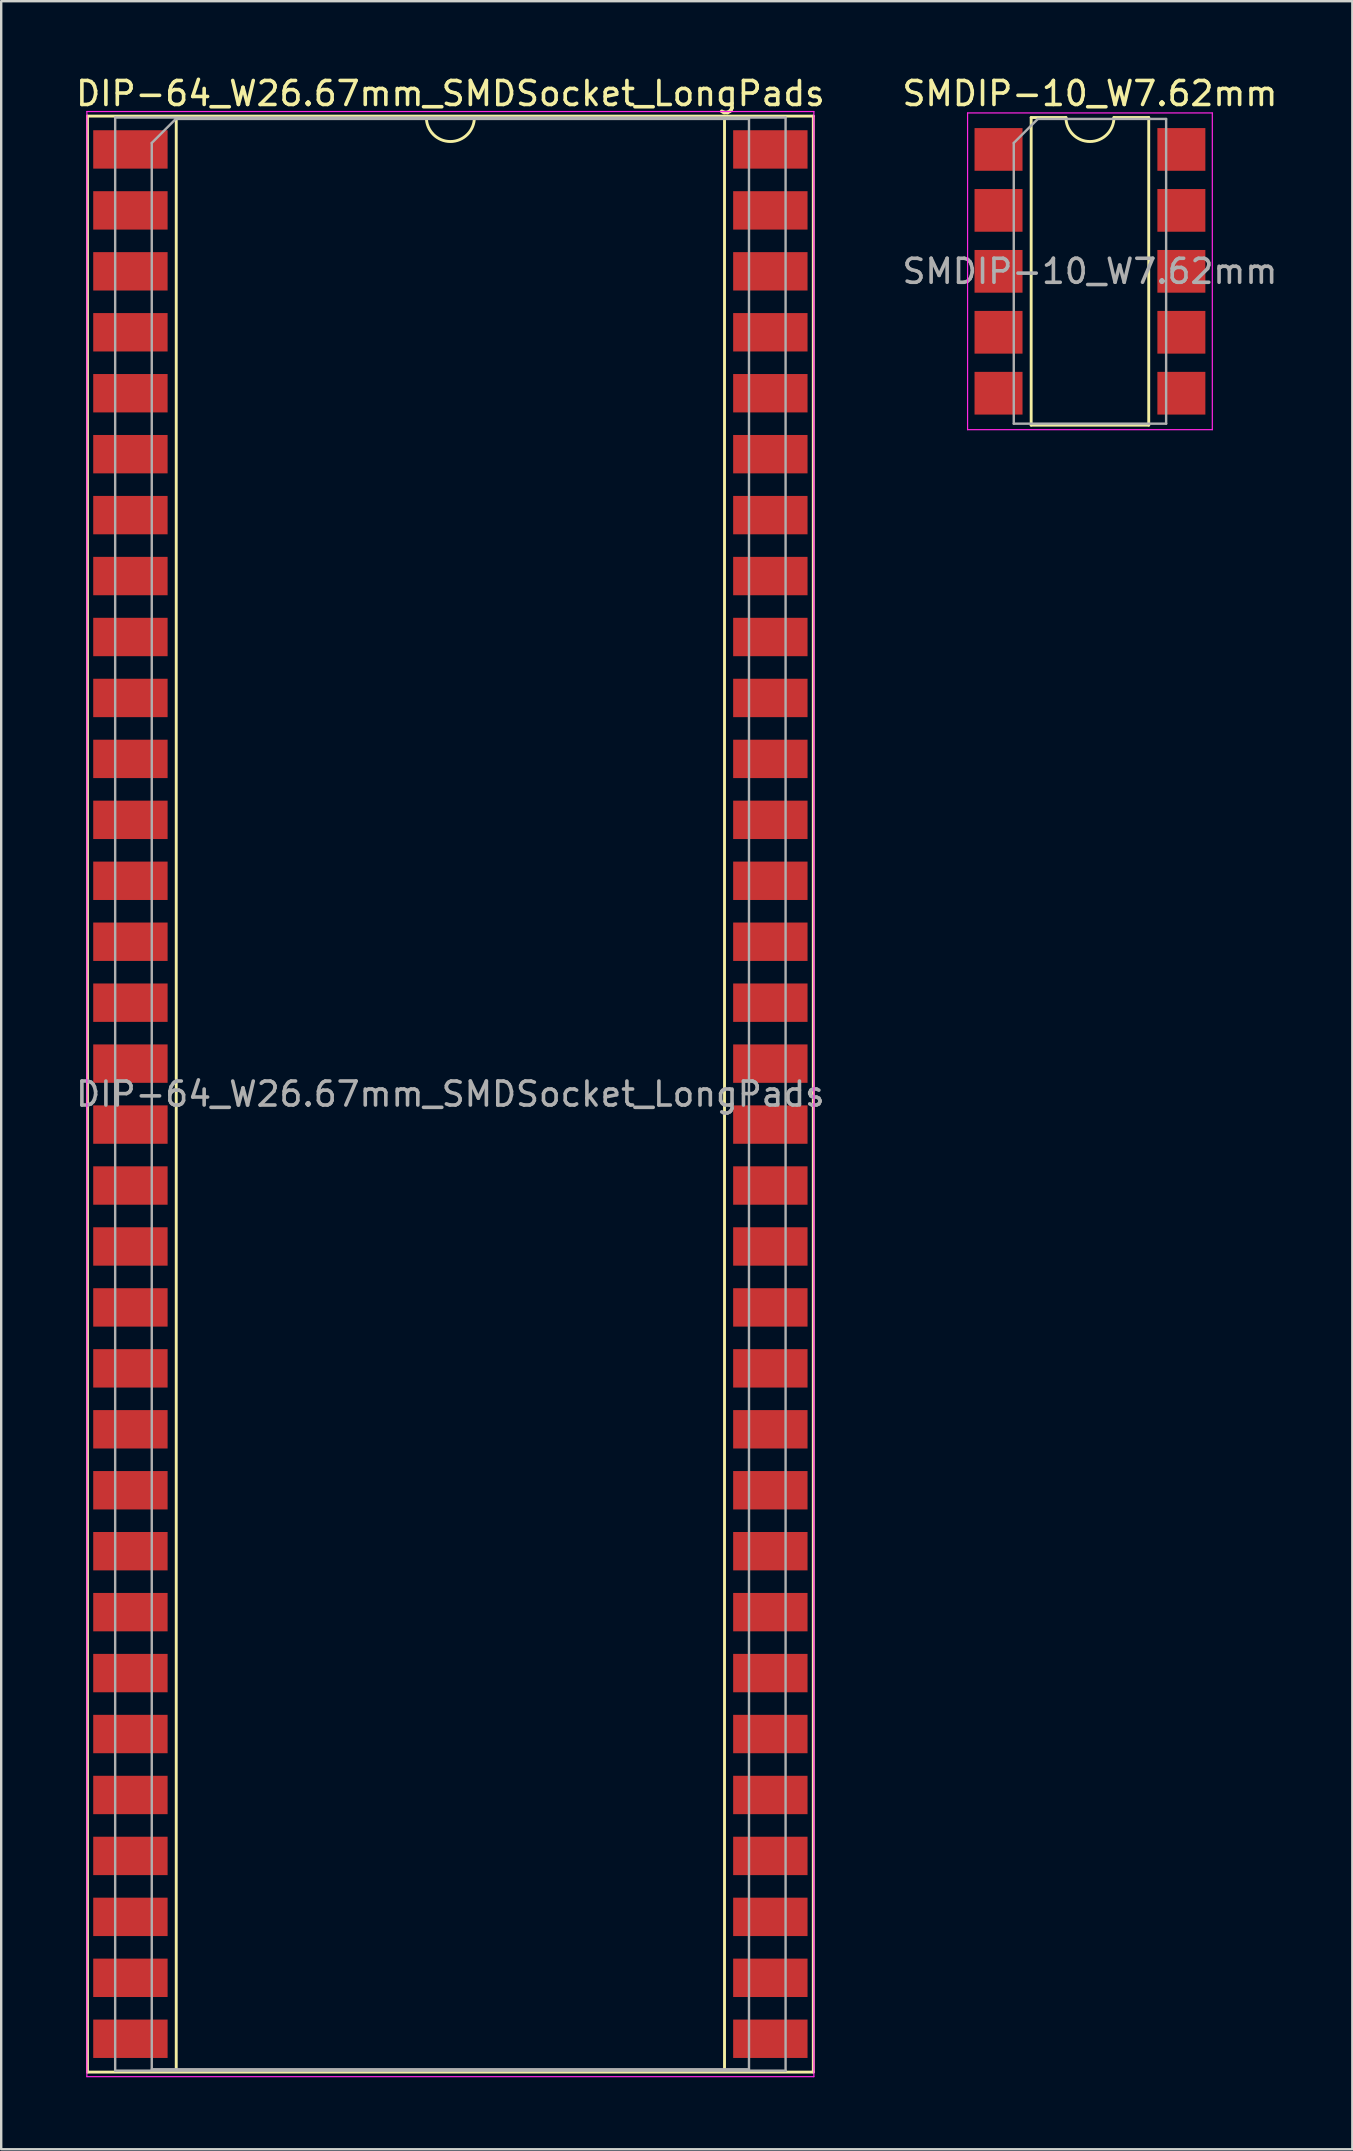
<source format=kicad_pcb>
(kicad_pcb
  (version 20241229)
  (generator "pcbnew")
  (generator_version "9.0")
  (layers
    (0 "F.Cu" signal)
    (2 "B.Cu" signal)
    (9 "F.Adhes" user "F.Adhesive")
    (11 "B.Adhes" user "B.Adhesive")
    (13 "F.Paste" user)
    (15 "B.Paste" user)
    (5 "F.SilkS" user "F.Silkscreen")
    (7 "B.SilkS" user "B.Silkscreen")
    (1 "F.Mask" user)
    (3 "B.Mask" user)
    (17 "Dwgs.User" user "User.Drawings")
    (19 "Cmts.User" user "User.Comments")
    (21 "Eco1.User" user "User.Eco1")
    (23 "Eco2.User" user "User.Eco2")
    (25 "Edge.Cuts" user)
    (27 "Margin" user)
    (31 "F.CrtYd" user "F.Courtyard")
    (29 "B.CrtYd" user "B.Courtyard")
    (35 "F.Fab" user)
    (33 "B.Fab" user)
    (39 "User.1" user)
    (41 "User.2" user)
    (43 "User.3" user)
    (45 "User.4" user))
  (footprint "SMDIP-10_W7.62mm"
    (layer "F.Cu")
    (at 42.375 8.258)
    (property "Reference" "SMDIP-10_W7.62mm" (at 0 -7.41 0) (layer "F.SilkS") (effects (font (size 1 1) (thickness 0.15))))
    (attr smd)
    (fp_line (start -2.45 -6.41) (end -2.45 6.41) (stroke (width 0.12) (type solid)) (layer "F.SilkS"))
    (fp_line (start -2.45 6.41) (end 2.45 6.41) (stroke (width 0.12) (type solid)) (layer "F.SilkS"))
    (fp_line (start -1 -6.41) (end -2.45 -6.41) (stroke (width 0.12) (type solid)) (layer "F.SilkS"))
    (fp_line (start 2.45 -6.41) (end 1 -6.41) (stroke (width 0.12) (type solid)) (layer "F.SilkS"))
    (fp_line (start 2.45 6.41) (end 2.45 -6.41) (stroke (width 0.12) (type solid)) (layer "F.SilkS"))
    (fp_arc (start 1 -6.41) (mid 0 -5.41) (end -1 -6.41) (stroke (width 0.12) (type solid)) (layer "F.SilkS"))
    (fp_line (start -5.1 -6.6) (end -5.1 6.6) (stroke (width 0.05) (type solid)) (layer "F.CrtYd"))
    (fp_line (start -5.1 6.6) (end 5.1 6.6) (stroke (width 0.05) (type solid)) (layer "F.CrtYd"))
    (fp_line (start 5.1 -6.6) (end -5.1 -6.6) (stroke (width 0.05) (type solid)) (layer "F.CrtYd"))
    (fp_line (start 5.1 6.6) (end 5.1 -6.6) (stroke (width 0.05) (type solid)) (layer "F.CrtYd"))
    (fp_line (start -3.175 -5.35) (end -2.175 -6.35) (stroke (width 0.1) (type solid)) (layer "F.Fab"))
    (fp_line (start -3.175 6.35) (end -3.175 -5.35) (stroke (width 0.1) (type solid)) (layer "F.Fab"))
    (fp_line (start -2.175 -6.35) (end 3.175 -6.35) (stroke (width 0.1) (type solid)) (layer "F.Fab"))
    (fp_line (start 3.175 -6.35) (end 3.175 6.35) (stroke (width 0.1) (type solid)) (layer "F.Fab"))
    (fp_line (start 3.175 6.35) (end -3.175 6.35) (stroke (width 0.1) (type solid)) (layer "F.Fab"))
    (fp_text user "${REFERENCE}" (at 0 0 0) (layer "F.Fab") (effects (font (size 1 1) (thickness 0.15))))
    (pad "1" smd rect (at -3.81 -5.08) (size 2 1.78) (layers "F.Cu" "F.Mask" "F.Paste"))
    (pad "2" smd rect (at -3.81 -2.54) (size 2 1.78) (layers "F.Cu" "F.Mask" "F.Paste"))
    (pad "3" smd rect (at -3.81 0) (size 2 1.78) (layers "F.Cu" "F.Mask" "F.Paste"))
    (pad "4" smd rect (at -3.81 2.54) (size 2 1.78) (layers "F.Cu" "F.Mask" "F.Paste"))
    (pad "5" smd rect (at -3.81 5.08) (size 2 1.78) (layers "F.Cu" "F.Mask" "F.Paste"))
    (pad "6" smd rect (at 3.81 5.08) (size 2 1.78) (layers "F.Cu" "F.Mask" "F.Paste"))
    (pad "7" smd rect (at 3.81 2.54) (size 2 1.78) (layers "F.Cu" "F.Mask" "F.Paste"))
    (pad "8" smd rect (at 3.81 0) (size 2 1.78) (layers "F.Cu" "F.Mask" "F.Paste"))
    (pad "9" smd rect (at 3.81 -2.54) (size 2 1.78) (layers "F.Cu" "F.Mask" "F.Paste"))
    (pad "10" smd rect (at 3.81 -5.08) (size 2 1.78) (layers "F.Cu" "F.Mask" "F.Paste")))
  (footprint "DIP-64_W26.67mm_SMDSocket_LongPads"
    (layer "F.Cu")
    (at 15.72 42.548)
    (property "Reference" "DIP-64_W26.67mm_SMDSocket_LongPads" (at 0 -41.7 0) (layer "F.SilkS") (effects (font (size 1 1) (thickness 0.15))))
    (attr smd)
    (fp_line (start -15.125 -40.76) (end -15.125 40.76) (stroke (width 0.12) (type solid)) (layer "F.SilkS"))
    (fp_line (start -15.125 40.76) (end 15.125 40.76) (stroke (width 0.12) (type solid)) (layer "F.SilkS"))
    (fp_line (start -11.425 -40.7) (end -11.425 40.7) (stroke (width 0.12) (type solid)) (layer "F.SilkS"))
    (fp_line (start -11.425 40.7) (end 11.425 40.7) (stroke (width 0.12) (type solid)) (layer "F.SilkS"))
    (fp_line (start -1 -40.7) (end -11.425 -40.7) (stroke (width 0.12) (type solid)) (layer "F.SilkS"))
    (fp_line (start 11.425 -40.7) (end 1 -40.7) (stroke (width 0.12) (type solid)) (layer "F.SilkS"))
    (fp_line (start 11.425 40.7) (end 11.425 -40.7) (stroke (width 0.12) (type solid)) (layer "F.SilkS"))
    (fp_line (start 15.125 -40.76) (end -15.125 -40.76) (stroke (width 0.12) (type solid)) (layer "F.SilkS"))
    (fp_line (start 15.125 40.76) (end 15.125 -40.76) (stroke (width 0.12) (type solid)) (layer "F.SilkS"))
    (fp_arc (start 1 -40.7) (mid 0 -39.7) (end -1 -40.7) (stroke (width 0.12) (type solid)) (layer "F.SilkS"))
    (fp_line (start -15.15 -40.95) (end -15.15 40.95) (stroke (width 0.05) (type solid)) (layer "F.CrtYd"))
    (fp_line (start -15.15 40.95) (end 15.15 40.95) (stroke (width 0.05) (type solid)) (layer "F.CrtYd"))
    (fp_line (start 15.15 -40.95) (end -15.15 -40.95) (stroke (width 0.05) (type solid)) (layer "F.CrtYd"))
    (fp_line (start 15.15 40.95) (end 15.15 -40.95) (stroke (width 0.05) (type solid)) (layer "F.CrtYd"))
    (fp_line (start -13.97 -40.7) (end -13.97 40.7) (stroke (width 0.1) (type solid)) (layer "F.Fab"))
    (fp_line (start -13.97 40.7) (end 13.97 40.7) (stroke (width 0.1) (type solid)) (layer "F.Fab"))
    (fp_line (start -12.445 -39.64) (end -11.445 -40.64) (stroke (width 0.1) (type solid)) (layer "F.Fab"))
    (fp_line (start -12.445 40.64) (end -12.445 -39.64) (stroke (width 0.1) (type solid)) (layer "F.Fab"))
    (fp_line (start -11.445 -40.64) (end 12.445 -40.64) (stroke (width 0.1) (type solid)) (layer "F.Fab"))
    (fp_line (start 12.445 -40.64) (end 12.445 40.64) (stroke (width 0.1) (type solid)) (layer "F.Fab"))
    (fp_line (start 12.445 40.64) (end -12.445 40.64) (stroke (width 0.1) (type solid)) (layer "F.Fab"))
    (fp_line (start 13.97 -40.7) (end -13.97 -40.7) (stroke (width 0.1) (type solid)) (layer "F.Fab"))
    (fp_line (start 13.97 40.7) (end 13.97 -40.7) (stroke (width 0.1) (type solid)) (layer "F.Fab"))
    (fp_text user "${REFERENCE}" (at 0 0 0) (layer "F.Fab") (effects (font (size 1 1) (thickness 0.15))))
    (pad "1" smd rect (at -13.335 -39.37) (size 3.1 1.6) (layers "F.Cu" "F.Mask" "F.Paste"))
    (pad "2" smd rect (at -13.335 -36.83) (size 3.1 1.6) (layers "F.Cu" "F.Mask" "F.Paste"))
    (pad "3" smd rect (at -13.335 -34.29) (size 3.1 1.6) (layers "F.Cu" "F.Mask" "F.Paste"))
    (pad "4" smd rect (at -13.335 -31.75) (size 3.1 1.6) (layers "F.Cu" "F.Mask" "F.Paste"))
    (pad "5" smd rect (at -13.335 -29.21) (size 3.1 1.6) (layers "F.Cu" "F.Mask" "F.Paste"))
    (pad "6" smd rect (at -13.335 -26.67) (size 3.1 1.6) (layers "F.Cu" "F.Mask" "F.Paste"))
    (pad "7" smd rect (at -13.335 -24.13) (size 3.1 1.6) (layers "F.Cu" "F.Mask" "F.Paste"))
    (pad "8" smd rect (at -13.335 -21.59) (size 3.1 1.6) (layers "F.Cu" "F.Mask" "F.Paste"))
    (pad "9" smd rect (at -13.335 -19.05) (size 3.1 1.6) (layers "F.Cu" "F.Mask" "F.Paste"))
    (pad "10" smd rect (at -13.335 -16.51) (size 3.1 1.6) (layers "F.Cu" "F.Mask" "F.Paste"))
    (pad "11" smd rect (at -13.335 -13.97) (size 3.1 1.6) (layers "F.Cu" "F.Mask" "F.Paste"))
    (pad "12" smd rect (at -13.335 -11.43) (size 3.1 1.6) (layers "F.Cu" "F.Mask" "F.Paste"))
    (pad "13" smd rect (at -13.335 -8.89) (size 3.1 1.6) (layers "F.Cu" "F.Mask" "F.Paste"))
    (pad "14" smd rect (at -13.335 -6.35) (size 3.1 1.6) (layers "F.Cu" "F.Mask" "F.Paste"))
    (pad "15" smd rect (at -13.335 -3.81) (size 3.1 1.6) (layers "F.Cu" "F.Mask" "F.Paste"))
    (pad "16" smd rect (at -13.335 -1.27) (size 3.1 1.6) (layers "F.Cu" "F.Mask" "F.Paste"))
    (pad "17" smd rect (at -13.335 1.27) (size 3.1 1.6) (layers "F.Cu" "F.Mask" "F.Paste"))
    (pad "18" smd rect (at -13.335 3.81) (size 3.1 1.6) (layers "F.Cu" "F.Mask" "F.Paste"))
    (pad "19" smd rect (at -13.335 6.35) (size 3.1 1.6) (layers "F.Cu" "F.Mask" "F.Paste"))
    (pad "20" smd rect (at -13.335 8.89) (size 3.1 1.6) (layers "F.Cu" "F.Mask" "F.Paste"))
    (pad "21" smd rect (at -13.335 11.43) (size 3.1 1.6) (layers "F.Cu" "F.Mask" "F.Paste"))
    (pad "22" smd rect (at -13.335 13.97) (size 3.1 1.6) (layers "F.Cu" "F.Mask" "F.Paste"))
    (pad "23" smd rect (at -13.335 16.51) (size 3.1 1.6) (layers "F.Cu" "F.Mask" "F.Paste"))
    (pad "24" smd rect (at -13.335 19.05) (size 3.1 1.6) (layers "F.Cu" "F.Mask" "F.Paste"))
    (pad "25" smd rect (at -13.335 21.59) (size 3.1 1.6) (layers "F.Cu" "F.Mask" "F.Paste"))
    (pad "26" smd rect (at -13.335 24.13) (size 3.1 1.6) (layers "F.Cu" "F.Mask" "F.Paste"))
    (pad "27" smd rect (at -13.335 26.67) (size 3.1 1.6) (layers "F.Cu" "F.Mask" "F.Paste"))
    (pad "28" smd rect (at -13.335 29.21) (size 3.1 1.6) (layers "F.Cu" "F.Mask" "F.Paste"))
    (pad "29" smd rect (at -13.335 31.75) (size 3.1 1.6) (layers "F.Cu" "F.Mask" "F.Paste"))
    (pad "30" smd rect (at -13.335 34.29) (size 3.1 1.6) (layers "F.Cu" "F.Mask" "F.Paste"))
    (pad "31" smd rect (at -13.335 36.83) (size 3.1 1.6) (layers "F.Cu" "F.Mask" "F.Paste"))
    (pad "32" smd rect (at -13.335 39.37) (size 3.1 1.6) (layers "F.Cu" "F.Mask" "F.Paste"))
    (pad "33" smd rect (at 13.335 39.37) (size 3.1 1.6) (layers "F.Cu" "F.Mask" "F.Paste"))
    (pad "34" smd rect (at 13.335 36.83) (size 3.1 1.6) (layers "F.Cu" "F.Mask" "F.Paste"))
    (pad "35" smd rect (at 13.335 34.29) (size 3.1 1.6) (layers "F.Cu" "F.Mask" "F.Paste"))
    (pad "36" smd rect (at 13.335 31.75) (size 3.1 1.6) (layers "F.Cu" "F.Mask" "F.Paste"))
    (pad "37" smd rect (at 13.335 29.21) (size 3.1 1.6) (layers "F.Cu" "F.Mask" "F.Paste"))
    (pad "38" smd rect (at 13.335 26.67) (size 3.1 1.6) (layers "F.Cu" "F.Mask" "F.Paste"))
    (pad "39" smd rect (at 13.335 24.13) (size 3.1 1.6) (layers "F.Cu" "F.Mask" "F.Paste"))
    (pad "40" smd rect (at 13.335 21.59) (size 3.1 1.6) (layers "F.Cu" "F.Mask" "F.Paste"))
    (pad "41" smd rect (at 13.335 19.05) (size 3.1 1.6) (layers "F.Cu" "F.Mask" "F.Paste"))
    (pad "42" smd rect (at 13.335 16.51) (size 3.1 1.6) (layers "F.Cu" "F.Mask" "F.Paste"))
    (pad "43" smd rect (at 13.335 13.97) (size 3.1 1.6) (layers "F.Cu" "F.Mask" "F.Paste"))
    (pad "44" smd rect (at 13.335 11.43) (size 3.1 1.6) (layers "F.Cu" "F.Mask" "F.Paste"))
    (pad "45" smd rect (at 13.335 8.89) (size 3.1 1.6) (layers "F.Cu" "F.Mask" "F.Paste"))
    (pad "46" smd rect (at 13.335 6.35) (size 3.1 1.6) (layers "F.Cu" "F.Mask" "F.Paste"))
    (pad "47" smd rect (at 13.335 3.81) (size 3.1 1.6) (layers "F.Cu" "F.Mask" "F.Paste"))
    (pad "48" smd rect (at 13.335 1.27) (size 3.1 1.6) (layers "F.Cu" "F.Mask" "F.Paste"))
    (pad "49" smd rect (at 13.335 -1.27) (size 3.1 1.6) (layers "F.Cu" "F.Mask" "F.Paste"))
    (pad "50" smd rect (at 13.335 -3.81) (size 3.1 1.6) (layers "F.Cu" "F.Mask" "F.Paste"))
    (pad "51" smd rect (at 13.335 -6.35) (size 3.1 1.6) (layers "F.Cu" "F.Mask" "F.Paste"))
    (pad "52" smd rect (at 13.335 -8.89) (size 3.1 1.6) (layers "F.Cu" "F.Mask" "F.Paste"))
    (pad "53" smd rect (at 13.335 -11.43) (size 3.1 1.6) (layers "F.Cu" "F.Mask" "F.Paste"))
    (pad "54" smd rect (at 13.335 -13.97) (size 3.1 1.6) (layers "F.Cu" "F.Mask" "F.Paste"))
    (pad "55" smd rect (at 13.335 -16.51) (size 3.1 1.6) (layers "F.Cu" "F.Mask" "F.Paste"))
    (pad "56" smd rect (at 13.335 -19.05) (size 3.1 1.6) (layers "F.Cu" "F.Mask" "F.Paste"))
    (pad "57" smd rect (at 13.335 -21.59) (size 3.1 1.6) (layers "F.Cu" "F.Mask" "F.Paste"))
    (pad "58" smd rect (at 13.335 -24.13) (size 3.1 1.6) (layers "F.Cu" "F.Mask" "F.Paste"))
    (pad "59" smd rect (at 13.335 -26.67) (size 3.1 1.6) (layers "F.Cu" "F.Mask" "F.Paste"))
    (pad "60" smd rect (at 13.335 -29.21) (size 3.1 1.6) (layers "F.Cu" "F.Mask" "F.Paste"))
    (pad "61" smd rect (at 13.335 -31.75) (size 3.1 1.6) (layers "F.Cu" "F.Mask" "F.Paste"))
    (pad "62" smd rect (at 13.335 -34.29) (size 3.1 1.6) (layers "F.Cu" "F.Mask" "F.Paste"))
    (pad "63" smd rect (at 13.335 -36.83) (size 3.1 1.6) (layers "F.Cu" "F.Mask" "F.Paste"))
    (pad "64" smd rect (at 13.335 -39.37) (size 3.1 1.6) (layers "F.Cu" "F.Mask" "F.Paste")))
  (gr_rect
    (start -3 -3)
    (end 53.31 86.523)
    (stroke (width 0.1) (type default))
    (fill no)
    (layer "Edge.Cuts")))
</source>
